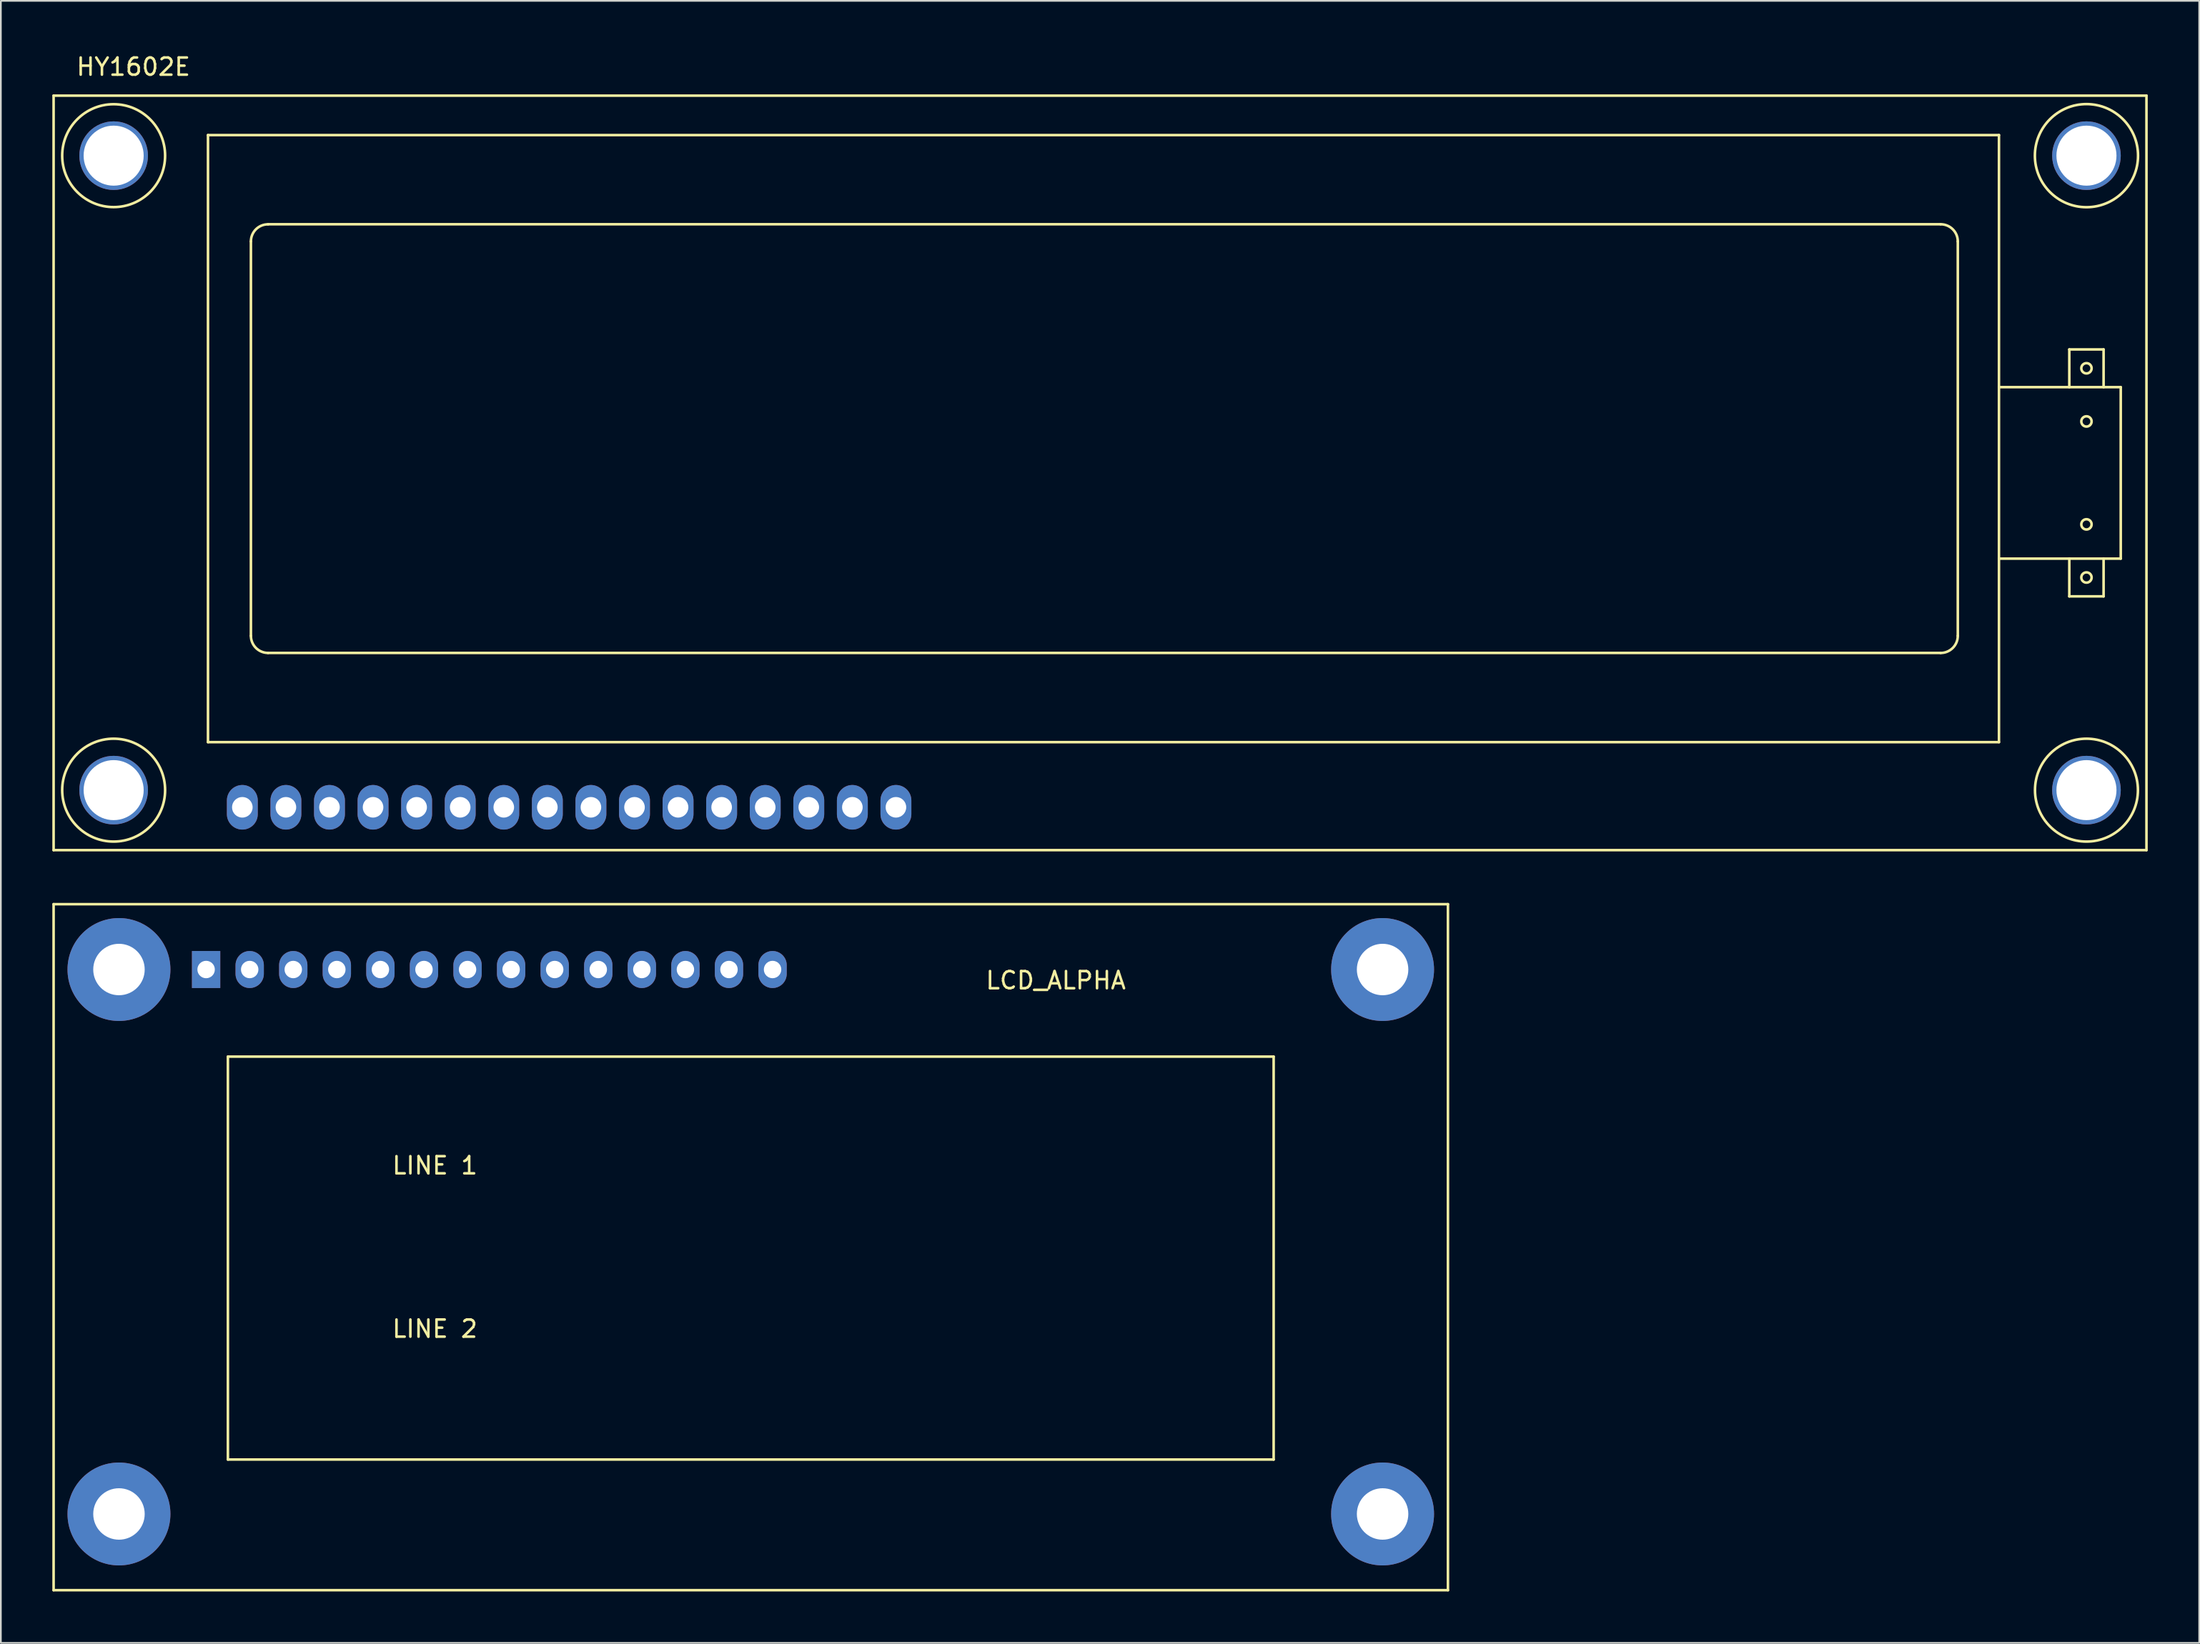
<source format=kicad_pcb>
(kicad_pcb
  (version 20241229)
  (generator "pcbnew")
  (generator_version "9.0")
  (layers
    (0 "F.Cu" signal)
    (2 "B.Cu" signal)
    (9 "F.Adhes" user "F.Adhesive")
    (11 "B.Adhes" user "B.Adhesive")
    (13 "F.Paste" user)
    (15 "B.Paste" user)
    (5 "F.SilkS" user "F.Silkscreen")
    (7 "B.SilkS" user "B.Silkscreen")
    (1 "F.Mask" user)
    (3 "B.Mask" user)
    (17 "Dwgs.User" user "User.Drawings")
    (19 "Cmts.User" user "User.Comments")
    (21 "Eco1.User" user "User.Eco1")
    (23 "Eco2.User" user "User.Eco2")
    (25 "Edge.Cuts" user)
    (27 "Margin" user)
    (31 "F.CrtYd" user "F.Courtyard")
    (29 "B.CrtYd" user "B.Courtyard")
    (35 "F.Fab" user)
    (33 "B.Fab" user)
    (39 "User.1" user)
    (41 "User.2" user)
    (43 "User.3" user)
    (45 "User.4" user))
  (footprint "LCD_ALPHA"
    (layer "F.Cu")
    (at 25.475 53.488)
    (property "Reference" "LCD_ALPHA" (at 33.02 0.635 0) (layer "F.SilkS") (effects (font (size 1 1) (thickness 0.15))))
    (attr through_hole)
    (fp_line (start -25.4 -3.81) (end 55.88 -3.81) (stroke (width 0.15) (type solid)) (layer "F.SilkS"))
    (fp_line (start -25.4 36.195) (end -25.4 -3.81) (stroke (width 0.15) (type solid)) (layer "F.SilkS"))
    (fp_line (start -15.24 5.08) (end 45.72 5.08) (stroke (width 0.15) (type solid)) (layer "F.SilkS"))
    (fp_line (start -15.24 28.575) (end -15.24 5.08) (stroke (width 0.15) (type solid)) (layer "F.SilkS"))
    (fp_line (start 45.72 5.08) (end 45.72 28.575) (stroke (width 0.15) (type solid)) (layer "F.SilkS"))
    (fp_line (start 45.72 28.575) (end -15.24 28.575) (stroke (width 0.15) (type solid)) (layer "F.SilkS"))
    (fp_line (start 55.88 -3.81) (end 55.88 36.195) (stroke (width 0.15) (type solid)) (layer "F.SilkS"))
    (fp_line (start 55.88 36.195) (end -25.4 36.195) (stroke (width 0.15) (type solid)) (layer "F.SilkS"))
    (fp_text user "LINE 2" (at -3.175 20.955 0) (layer "F.SilkS") (effects (font (size 1 1) (thickness 0.15))))
    (fp_text user "LINE 1" (at -3.175 11.43 0) (layer "F.SilkS") (effects (font (size 1 1) (thickness 0.15))))
    (pad "" thru_hole circle (at -21.59 0) (size 5.999 5.999) (drill 3) (layers "*.Cu" "*.Mask"))
    (pad "" thru_hole circle (at -21.59 31.75) (size 5.999 5.999) (drill 3) (layers "*.Cu" "*.Mask"))
    (pad "" thru_hole circle (at 52.07 0) (size 5.999 5.999) (drill 3) (layers "*.Cu" "*.Mask"))
    (pad "" thru_hole circle (at 52.07 31.75) (size 5.999 5.999) (drill 3) (layers "*.Cu" "*.Mask"))
    (pad "1" thru_hole rect (at -16.51 0) (size 1.651 2.159) (drill 1.016) (layers "*.Cu" "*.Mask"))
    (pad "2" thru_hole oval (at -13.97 0) (size 1.651 2.159) (drill 1.016) (layers "*.Cu" "*.Mask"))
    (pad "3" thru_hole oval (at -11.43 0) (size 1.651 2.159) (drill 1.016) (layers "*.Cu" "*.Mask"))
    (pad "4" thru_hole oval (at -8.89 0) (size 1.651 2.159) (drill 1.016) (layers "*.Cu" "*.Mask"))
    (pad "5" thru_hole oval (at -6.35 0) (size 1.651 2.159) (drill 1.016) (layers "*.Cu" "*.Mask"))
    (pad "6" thru_hole oval (at -3.81 0) (size 1.651 2.159) (drill 1.016) (layers "*.Cu" "*.Mask"))
    (pad "7" thru_hole oval (at -1.27 0) (size 1.651 2.159) (drill 1.016) (layers "*.Cu" "*.Mask"))
    (pad "8" thru_hole oval (at 1.27 0) (size 1.651 2.159) (drill 1.016) (layers "*.Cu" "*.Mask"))
    (pad "9" thru_hole oval (at 3.81 0) (size 1.651 2.159) (drill 1.016) (layers "*.Cu" "*.Mask"))
    (pad "10" thru_hole oval (at 6.35 0) (size 1.651 2.159) (drill 1.016) (layers "*.Cu" "*.Mask"))
    (pad "11" thru_hole oval (at 8.89 0) (size 1.651 2.159) (drill 1.016) (layers "*.Cu" "*.Mask"))
    (pad "12" thru_hole oval (at 11.43 0) (size 1.651 2.159) (drill 1.016) (layers "*.Cu" "*.Mask"))
    (pad "13" thru_hole oval (at 13.97 0) (size 1.651 2.159) (drill 1.016) (layers "*.Cu" "*.Mask"))
    (pad "14" thru_hole oval (at 16.51 0) (size 1.651 2.159) (drill 1.016) (layers "*.Cu" "*.Mask")))
  (footprint "HY1602E"
    (layer "F.Cu")
    (at 49.176 44.028)
    (property "Reference" "HY1602E" (at -44.45 -43.18 0) (layer "F.SilkS") (effects (font (size 1 1) (thickness 0.15))))
    (attr through_hole)
    (fp_line (start -49.101 -41.501) (end -49.101 2.499) (stroke (width 0.15) (type solid)) (layer "F.SilkS"))
    (fp_line (start -49.101 2.499) (end 72.898 2.499) (stroke (width 0.15) (type solid)) (layer "F.SilkS"))
    (fp_line (start -40.102 -39.2) (end 64.3 -39.2) (stroke (width 0.15) (type solid)) (layer "F.SilkS"))
    (fp_line (start -40.102 -3.8) (end -40.102 -39.2) (stroke (width 0.15) (type solid)) (layer "F.SilkS"))
    (fp_line (start -37.6 -10) (end -37.6 -33) (stroke (width 0.15) (type solid)) (layer "F.SilkS"))
    (fp_line (start -36.601 -34) (end 60.899 -34) (stroke (width 0.15) (type solid)) (layer "F.SilkS"))
    (fp_line (start 60.899 -9.002) (end -36.601 -9.002) (stroke (width 0.15) (type solid)) (layer "F.SilkS"))
    (fp_line (start 61.9 -33) (end 61.9 -10) (stroke (width 0.15) (type solid)) (layer "F.SilkS"))
    (fp_line (start 64.3 -39.2) (end 64.3 -3.8) (stroke (width 0.15) (type solid)) (layer "F.SilkS"))
    (fp_line (start 64.3 -24.501) (end 71.399 -24.501) (stroke (width 0.15) (type solid)) (layer "F.SilkS"))
    (fp_line (start 64.3 -3.8) (end -40.102 -3.8) (stroke (width 0.15) (type solid)) (layer "F.SilkS"))
    (fp_line (start 68.4 -26.7) (end 70.399 -26.7) (stroke (width 0.15) (type solid)) (layer "F.SilkS"))
    (fp_line (start 68.4 -24.501) (end 68.4 -26.7) (stroke (width 0.15) (type solid)) (layer "F.SilkS"))
    (fp_line (start 68.4 -14.501) (end 68.4 -12.301) (stroke (width 0.15) (type solid)) (layer "F.SilkS"))
    (fp_line (start 68.4 -12.301) (end 70.399 -12.301) (stroke (width 0.15) (type solid)) (layer "F.SilkS"))
    (fp_line (start 70.399 -26.7) (end 70.399 -24.501) (stroke (width 0.15) (type solid)) (layer "F.SilkS"))
    (fp_line (start 70.399 -12.301) (end 70.399 -14.501) (stroke (width 0.15) (type solid)) (layer "F.SilkS"))
    (fp_line (start 71.399 -24.501) (end 71.399 -14.501) (stroke (width 0.15) (type solid)) (layer "F.SilkS"))
    (fp_line (start 71.399 -14.501) (end 64.3 -14.501) (stroke (width 0.15) (type solid)) (layer "F.SilkS"))
    (fp_line (start 72.898 -41.501) (end -49.101 -41.501) (stroke (width 0.15) (type solid)) (layer "F.SilkS"))
    (fp_line (start 72.898 2.499) (end 72.898 -41.501) (stroke (width 0.15) (type solid)) (layer "F.SilkS"))
    (fp_arc (start -37.59962 -32.99968) (mid -37.307248 -33.705528) (end -36.6014 -33.9979) (stroke (width 0.15) (type solid)) (layer "F.SilkS"))
    (fp_arc (start -36.6014 -9.00176) (mid -37.307248 -9.294132) (end -37.59962 -9.99998) (stroke (width 0.15) (type solid)) (layer "F.SilkS"))
    (fp_arc (start 60.89904 -34.00044) (mid 61.606684 -33.707324) (end 61.8998 -32.99968) (stroke (width 0.15) (type solid)) (layer "F.SilkS"))
    (fp_arc (start 61.8998 -9.99998) (mid 61.606684 -9.292336) (end 60.89904 -8.99922) (stroke (width 0.15) (type solid)) (layer "F.SilkS"))
    (fp_circle (center -45.601 -38.001) (end -42.601 -38.001) (stroke (width 0.15) (type solid)) (fill no) (layer "F.SilkS"))
    (fp_circle (center -45.601 -1.001) (end -42.601 -1.001) (stroke (width 0.15) (type solid)) (fill no) (layer "F.SilkS"))
    (fp_circle (center 69.4 -38.001) (end 72.4 -37.8) (stroke (width 0.15) (type solid)) (fill no) (layer "F.SilkS"))
    (fp_circle (center 69.4 -25.601) (end 69.7 -25.601) (stroke (width 0.15) (type solid)) (fill no) (layer "F.SilkS"))
    (fp_circle (center 69.4 -22.502) (end 69.7 -22.502) (stroke (width 0.15) (type solid)) (fill no) (layer "F.SilkS"))
    (fp_circle (center 69.4 -16.5) (end 69.7 -16.5) (stroke (width 0.15) (type solid)) (fill no) (layer "F.SilkS"))
    (fp_circle (center 69.4 -13.401) (end 69.7 -13.401) (stroke (width 0.15) (type solid)) (fill no) (layer "F.SilkS"))
    (fp_circle (center 69.4 -1.001) (end 72.4 -1.001) (stroke (width 0.15) (type solid)) (fill no) (layer "F.SilkS"))
    (pad "0" thru_hole circle (at -45.601 -38.001) (size 4 4) (drill 3.5) (layers "*.Cu" "*.Mask"))
    (pad "0" thru_hole circle (at -45.601 -1.001) (size 4 4) (drill 3.5) (layers "*.Cu" "*.Mask"))
    (pad "0" thru_hole circle (at 69.4 -38.001) (size 4 4) (drill 3.5) (layers "*.Cu" "*.Mask"))
    (pad "0" thru_hole circle (at 69.4 -1.001) (size 4 4) (drill 3.5) (layers "*.Cu" "*.Mask"))
    (pad "1" thru_hole oval (at 0 0) (size 1.8 2.6) (drill 1.2) (layers "*.Cu" "*.Mask"))
    (pad "2" thru_hole oval (at -2.54 0) (size 1.8 2.6) (drill 1.2) (layers "*.Cu" "*.Mask"))
    (pad "3" thru_hole oval (at -5.08 0) (size 1.8 2.6) (drill 1.2) (layers "*.Cu" "*.Mask"))
    (pad "4" thru_hole oval (at -7.62 0) (size 1.8 2.6) (drill 1.2) (layers "*.Cu" "*.Mask"))
    (pad "5" thru_hole oval (at -10.16 0) (size 1.8 2.6) (drill 1.2) (layers "*.Cu" "*.Mask"))
    (pad "6" thru_hole oval (at -12.7 0) (size 1.8 2.6) (drill 1.2) (layers "*.Cu" "*.Mask"))
    (pad "7" thru_hole oval (at -15.24 0) (size 1.8 2.6) (drill 1.2) (layers "*.Cu" "*.Mask"))
    (pad "8" thru_hole oval (at -17.78 0) (size 1.8 2.6) (drill 1.2) (layers "*.Cu" "*.Mask"))
    (pad "9" thru_hole oval (at -20.32 0) (size 1.8 2.6) (drill 1.2) (layers "*.Cu" "*.Mask"))
    (pad "10" thru_hole oval (at -22.86 0) (size 1.8 2.6) (drill 1.2) (layers "*.Cu" "*.Mask"))
    (pad "11" thru_hole oval (at -25.4 0) (size 1.8 2.6) (drill 1.2) (layers "*.Cu" "*.Mask"))
    (pad "12" thru_hole oval (at -27.94 0) (size 1.8 2.6) (drill 1.2) (layers "*.Cu" "*.Mask"))
    (pad "13" thru_hole oval (at -30.48 0) (size 1.8 2.6) (drill 1.2) (layers "*.Cu" "*.Mask"))
    (pad "14" thru_hole oval (at -33.02 0) (size 1.8 2.6) (drill 1.2) (layers "*.Cu" "*.Mask"))
    (pad "15" thru_hole oval (at -35.56 0) (size 1.8 2.6) (drill 1.2) (layers "*.Cu" "*.Mask"))
    (pad "16" thru_hole oval (at -38.1 0) (size 1.8 2.6) (drill 1.2) (layers "*.Cu" "*.Mask")))
  (gr_rect
    (start -3 -3)
    (end 125.149 92.758)
    (stroke (width 0.1) (type default))
    (fill no)
    (layer "Edge.Cuts")))
</source>
